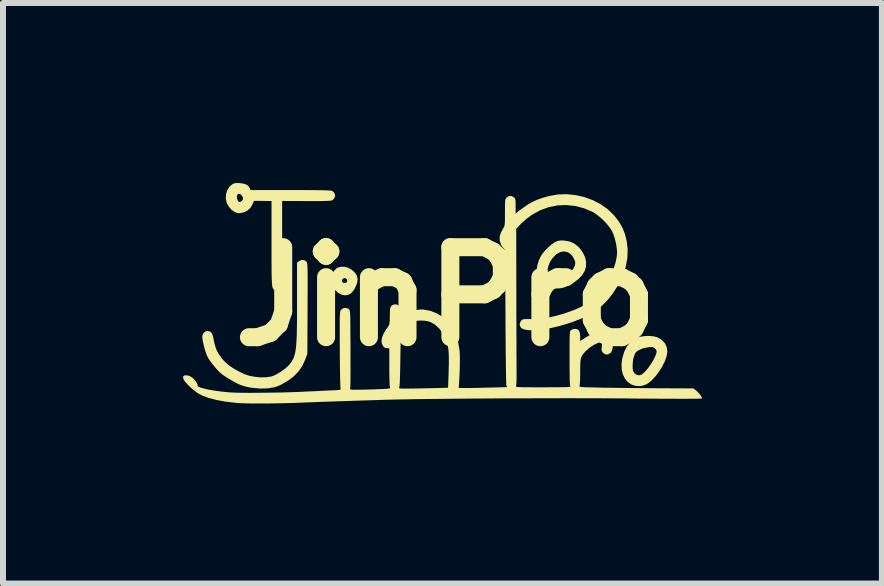
<source format=kicad_pcb>
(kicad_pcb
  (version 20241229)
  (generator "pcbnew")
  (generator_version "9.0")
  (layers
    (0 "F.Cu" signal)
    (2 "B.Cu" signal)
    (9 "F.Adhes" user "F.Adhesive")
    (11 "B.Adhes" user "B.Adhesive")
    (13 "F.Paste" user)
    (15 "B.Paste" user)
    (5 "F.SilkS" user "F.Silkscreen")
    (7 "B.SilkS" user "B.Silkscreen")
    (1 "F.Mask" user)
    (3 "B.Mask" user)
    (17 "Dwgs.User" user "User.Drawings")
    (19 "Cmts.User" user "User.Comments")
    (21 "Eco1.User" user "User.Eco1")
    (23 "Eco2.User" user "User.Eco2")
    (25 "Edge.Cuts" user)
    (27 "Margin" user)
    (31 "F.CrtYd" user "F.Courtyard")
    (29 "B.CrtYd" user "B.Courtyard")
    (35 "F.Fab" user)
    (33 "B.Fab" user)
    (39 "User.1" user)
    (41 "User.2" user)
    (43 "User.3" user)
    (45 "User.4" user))
  (footprint "JinPro"
    (layer "F.Cu")
    (at 4.384 1.891)
    (property "Reference" "JinPro" (at 0 0 0) (layer "F.SilkS") (effects (font (size 1.5 1.5) (thickness 0.3))))
    (attr board_only exclude_from_pos_files exclude_from_bom)
    (fp_poly (pts (xy -1.696 -0.495) (xy -1.637 -0.481) (xy -1.584 -0.454) (xy -1.582 -0.453) (xy -1.524 -0.402) (xy -1.488 -0.35) (xy -1.475 -0.293) (xy -1.482 -0.23) (xy -1.49 -0.203) (xy -1.526 -0.124) (xy -1.569 -0.067) (xy -1.619 -0.032) (xy -1.675 -0.019) (xy -1.738 -0.028) (xy -1.743 -0.03) (xy -1.794 -0.057) (xy -1.842 -0.099) (xy -1.879 -0.147) (xy -1.884 -0.159) (xy -1.908 -0.231) (xy -1.91 -0.261) (xy -1.735 -0.261) (xy -1.733 -0.249) (xy -1.717 -0.229) (xy -1.691 -0.225) (xy -1.662 -0.231) (xy -1.649 -0.249) (xy -1.649 -0.276) (xy -1.656 -0.29) (xy -1.681 -0.306) (xy -1.707 -0.304) (xy -1.727 -0.287) (xy -1.735 -0.261) (xy -1.91 -0.261) (xy -1.913 -0.303) (xy -1.899 -0.37) (xy -1.868 -0.427) (xy -1.822 -0.471) (xy -1.804 -0.481) (xy -1.755 -0.495)) (stroke (width 0) (type solid)) (fill yes) (layer "F.SilkS"))
    (fp_poly (pts (xy 1.967 -0.932) (xy 2.054 -0.918) (xy 2.128 -0.887) (xy 2.195 -0.837) (xy 2.219 -0.813) (xy 2.277 -0.736) (xy 2.316 -0.655) (xy 2.334 -0.572) (xy 2.33 -0.49) (xy 2.309 -0.422) (xy 2.268 -0.357) (xy 2.208 -0.293) (xy 2.133 -0.235) (xy 2.048 -0.187) (xy 1.997 -0.163) (xy 1.957 -0.148) (xy 1.92 -0.139) (xy 1.877 -0.135) (xy 1.845 -0.134) (xy 1.793 -0.134) (xy 1.745 -0.137) (xy 1.711 -0.143) (xy 1.705 -0.144) (xy 1.662 -0.167) (xy 1.615 -0.203) (xy 1.572 -0.247) (xy 1.539 -0.292) (xy 1.535 -0.3) (xy 1.515 -0.363) (xy 1.511 -0.438) (xy 1.512 -0.452) (xy 1.693 -0.452) (xy 1.695 -0.398) (xy 1.709 -0.361) (xy 1.734 -0.332) (xy 1.766 -0.316) (xy 1.809 -0.311) (xy 1.847 -0.312) (xy 1.921 -0.327) (xy 1.984 -0.354) (xy 2.057 -0.401) (xy 2.111 -0.451) (xy 2.143 -0.503) (xy 2.153 -0.557) (xy 2.146 -0.595) (xy 2.113 -0.663) (xy 2.069 -0.713) (xy 2.017 -0.742) (xy 1.959 -0.751) (xy 1.899 -0.739) (xy 1.838 -0.704) (xy 1.823 -0.691) (xy 1.773 -0.637) (xy 1.733 -0.576) (xy 1.706 -0.513) (xy 1.693 -0.452) (xy 1.512 -0.452) (xy 1.521 -0.52) (xy 1.547 -0.605) (xy 1.57 -0.656) (xy 1.603 -0.708) (xy 1.649 -0.765) (xy 1.703 -0.82) (xy 1.758 -0.868) (xy 1.809 -0.902) (xy 1.818 -0.906) (xy 1.855 -0.923) (xy 1.888 -0.931) (xy 1.925 -0.934)) (stroke (width 0) (type solid)) (fill yes) (layer "F.SilkS"))
    (fp_poly (pts (xy 3.455 0.663) (xy 3.515 0.678) (xy 3.524 0.682) (xy 3.594 0.724) (xy 3.646 0.778) (xy 3.677 0.843) (xy 3.687 0.916) (xy 3.686 0.937) (xy 3.671 1.009) (xy 3.642 1.088) (xy 3.6 1.17) (xy 3.549 1.252) (xy 3.492 1.327) (xy 3.433 1.392) (xy 3.373 1.442) (xy 3.328 1.468) (xy 3.267 1.489) (xy 3.209 1.494) (xy 3.163 1.49) (xy 3.09 1.468) (xy 3.029 1.427) (xy 2.981 1.369) (xy 2.946 1.298) (xy 2.927 1.215) (xy 2.925 1.15) (xy 3.108 1.15) (xy 3.11 1.202) (xy 3.116 1.241) (xy 3.12 1.251) (xy 3.149 1.29) (xy 3.185 1.309) (xy 3.214 1.313) (xy 3.237 1.31) (xy 3.259 1.302) (xy 3.283 1.283) (xy 3.316 1.251) (xy 3.329 1.238) (xy 3.371 1.188) (xy 3.413 1.127) (xy 3.452 1.063) (xy 3.483 1.002) (xy 3.503 0.95) (xy 3.506 0.937) (xy 3.508 0.907) (xy 3.496 0.883) (xy 3.483 0.869) (xy 3.465 0.853) (xy 3.446 0.844) (xy 3.419 0.842) (xy 3.376 0.845) (xy 3.287 0.862) (xy 3.229 0.886) (xy 3.19 0.907) (xy 3.166 0.927) (xy 3.15 0.951) (xy 3.135 0.987) (xy 3.121 1.035) (xy 3.112 1.092) (xy 3.108 1.15) (xy 2.925 1.15) (xy 2.924 1.122) (xy 2.937 1.027) (xy 2.969 0.92) (xy 3.011 0.833) (xy 3.067 0.764) (xy 3.136 0.711) (xy 3.176 0.69) (xy 3.235 0.671) (xy 3.307 0.66) (xy 3.383 0.657)) (stroke (width 0) (type solid)) (fill yes) (layer "F.SilkS"))
    (fp_poly (pts (xy -3.444 -1.89) (xy -3.375 -1.881) (xy -3.325 -1.864) (xy -3.292 -1.838) (xy -3.276 -1.812) (xy -3.259 -1.774) (xy -2.594 -1.774) (xy -2.434 -1.774) (xy -2.296 -1.773) (xy -2.181 -1.772) (xy -2.086 -1.771) (xy -2.012 -1.769) (xy -1.957 -1.767) (xy -1.92 -1.764) (xy -1.901 -1.761) (xy -1.899 -1.76) (xy -1.868 -1.735) (xy -1.851 -1.699) (xy -1.852 -1.66) (xy -1.858 -1.645) (xy -1.88 -1.618) (xy -1.901 -1.601) (xy -1.92 -1.597) (xy -1.959 -1.594) (xy -2.018 -1.592) (xy -2.099 -1.59) (xy -2.202 -1.59) (xy -2.328 -1.59) (xy -2.33 -1.59) (xy -2.732 -1.592) (xy -2.732 -0.87) (xy -2.732 -0.715) (xy -2.733 -0.581) (xy -2.733 -0.468) (xy -2.734 -0.375) (xy -2.735 -0.298) (xy -2.737 -0.238) (xy -2.739 -0.193) (xy -2.741 -0.161) (xy -2.744 -0.14) (xy -2.747 -0.129) (xy -2.747 -0.128) (xy -2.776 -0.107) (xy -2.815 -0.1) (xy -2.846 -0.106) (xy -2.858 -0.111) (xy -2.869 -0.117) (xy -2.879 -0.125) (xy -2.886 -0.136) (xy -2.893 -0.153) (xy -2.898 -0.178) (xy -2.901 -0.212) (xy -2.904 -0.256) (xy -2.906 -0.314) (xy -2.908 -0.385) (xy -2.908 -0.474) (xy -2.909 -0.58) (xy -2.909 -0.706) (xy -2.909 -0.853) (xy -2.909 -0.881) (xy -2.909 -1.591) (xy -3.056 -1.593) (xy -3.202 -1.594) (xy -3.222 -1.543) (xy -3.257 -1.482) (xy -3.308 -1.433) (xy -3.369 -1.402) (xy -3.437 -1.389) (xy -3.478 -1.391) (xy -3.525 -1.409) (xy -3.573 -1.443) (xy -3.615 -1.49) (xy -3.648 -1.543) (xy -3.656 -1.562) (xy -3.671 -1.633) (xy -3.669 -1.672) (xy -3.487 -1.672) (xy -3.485 -1.634) (xy -3.476 -1.607) (xy -3.457 -1.579) (xy -3.432 -1.575) (xy -3.404 -1.592) (xy -3.385 -1.62) (xy -3.387 -1.652) (xy -3.407 -1.684) (xy -3.434 -1.708) (xy -3.459 -1.712) (xy -3.477 -1.699) (xy -3.487 -1.672) (xy -3.669 -1.672) (xy -3.667 -1.705) (xy -3.646 -1.772) (xy -3.611 -1.829) (xy -3.571 -1.864) (xy -3.543 -1.881) (xy -3.516 -1.889) (xy -3.483 -1.891)) (stroke (width 0) (type solid)) (fill yes) (layer "F.SilkS"))
    (fp_poly (pts (xy -2.372 -0.608) (xy -2.334 -0.586) (xy -2.326 -0.577) (xy -2.322 -0.571) (xy -2.318 -0.562) (xy -2.315 -0.549) (xy -2.313 -0.53) (xy -2.311 -0.503) (xy -2.309 -0.467) (xy -2.308 -0.419) (xy -2.307 -0.358) (xy -2.307 -0.282) (xy -2.307 -0.19) (xy -2.307 -0.079) (xy -2.308 0.052) (xy -2.308 0.2) (xy -2.312 0.952) (xy -2.345 1.045) (xy -2.392 1.151) (xy -2.457 1.246) (xy -2.539 1.331) (xy -2.642 1.408) (xy -2.761 1.476) (xy -2.854 1.511) (xy -2.964 1.53) (xy -3.087 1.535) (xy -3.221 1.523) (xy -3.246 1.52) (xy -3.313 1.508) (xy -3.374 1.492) (xy -3.432 1.472) (xy -3.493 1.444) (xy -3.561 1.407) (xy -3.641 1.358) (xy -3.681 1.333) (xy -3.73 1.299) (xy -3.773 1.263) (xy -3.816 1.219) (xy -3.866 1.16) (xy -3.871 1.154) (xy -3.924 1.087) (xy -3.963 1.028) (xy -3.992 0.969) (xy -4.015 0.902) (xy -4.037 0.822) (xy -4.052 0.753) (xy -4.061 0.702) (xy -4.063 0.665) (xy -4.058 0.638) (xy -4.047 0.616) (xy -4.041 0.608) (xy -4.008 0.582) (xy -3.974 0.575) (xy -3.935 0.583) (xy -3.907 0.609) (xy -3.887 0.654) (xy -3.878 0.694) (xy -3.862 0.775) (xy -3.841 0.849) (xy -3.816 0.911) (xy -3.79 0.958) (xy -3.783 0.967) (xy -3.762 0.993) (xy -3.75 1.011) (xy -3.749 1.014) (xy -3.741 1.026) (xy -3.721 1.051) (xy -3.692 1.082) (xy -3.686 1.088) (xy -3.629 1.139) (xy -3.556 1.191) (xy -3.47 1.241) (xy -3.379 1.286) (xy -3.358 1.295) (xy -3.276 1.322) (xy -3.183 1.339) (xy -3.087 1.348) (xy -2.996 1.346) (xy -2.916 1.334) (xy -2.903 1.331) (xy -2.854 1.311) (xy -2.795 1.279) (xy -2.734 1.241) (xy -2.678 1.199) (xy -2.634 1.16) (xy -2.623 1.148) (xy -2.597 1.116) (xy -2.574 1.085) (xy -2.555 1.053) (xy -2.538 1.017) (xy -2.525 0.976) (xy -2.513 0.928) (xy -2.504 0.871) (xy -2.497 0.803) (xy -2.492 0.723) (xy -2.488 0.629) (xy -2.486 0.518) (xy -2.484 0.39) (xy -2.484 0.241) (xy -2.484 0.074) (xy -2.484 -0.562) (xy -2.452 -0.589) (xy -2.413 -0.609)) (stroke (width 0) (type solid)) (fill yes) (layer "F.SilkS"))
    (fp_poly (pts (xy 2.159 -1.69) (xy 2.304 -1.657) (xy 2.444 -1.606) (xy 2.574 -1.539) (xy 2.691 -1.457) (xy 2.793 -1.359) (xy 2.804 -1.346) (xy 2.879 -1.249) (xy 2.936 -1.152) (xy 2.978 -1.049) (xy 3.008 -0.932) (xy 3.009 -0.931) (xy 3.026 -0.786) (xy 3.021 -0.639) (xy 2.993 -0.49) (xy 2.942 -0.341) (xy 2.868 -0.191) (xy 2.783 -0.057) (xy 2.697 0.053) (xy 2.604 0.149) (xy 2.499 0.233) (xy 2.382 0.306) (xy 2.248 0.371) (xy 2.094 0.43) (xy 2.02 0.454) (xy 1.889 0.492) (xy 1.764 0.522) (xy 1.647 0.544) (xy 1.54 0.558) (xy 1.445 0.564) (xy 1.365 0.561) (xy 1.302 0.549) (xy 1.258 0.529) (xy 1.249 0.521) (xy 1.23 0.487) (xy 1.228 0.45) (xy 1.242 0.414) (xy 1.268 0.387) (xy 1.304 0.376) (xy 1.309 0.376) (xy 1.446 0.377) (xy 1.571 0.37) (xy 1.692 0.353) (xy 1.815 0.327) (xy 1.949 0.289) (xy 1.991 0.276) (xy 2.134 0.225) (xy 2.258 0.17) (xy 2.365 0.108) (xy 2.459 0.037) (xy 2.544 -0.046) (xy 2.623 -0.143) (xy 2.641 -0.167) (xy 2.699 -0.259) (xy 2.75 -0.36) (xy 2.793 -0.465) (xy 2.825 -0.568) (xy 2.844 -0.664) (xy 2.85 -0.733) (xy 2.844 -0.806) (xy 2.831 -0.888) (xy 2.81 -0.971) (xy 2.785 -1.046) (xy 2.765 -1.09) (xy 2.725 -1.152) (xy 2.67 -1.22) (xy 2.605 -1.286) (xy 2.536 -1.346) (xy 2.47 -1.393) (xy 2.442 -1.409) (xy 2.299 -1.47) (xy 2.152 -1.508) (xy 2.004 -1.524) (xy 1.856 -1.518) (xy 1.711 -1.489) (xy 1.571 -1.438) (xy 1.437 -1.365) (xy 1.421 -1.354) (xy 1.338 -1.292) (xy 1.257 -1.22) (xy 1.196 -1.157) (xy 1.169 -1.126) (xy 1.171 -0.045) (xy 1.171 0.118) (xy 1.171 0.279) (xy 1.172 0.435) (xy 1.172 0.585) (xy 1.173 0.725) (xy 1.173 0.854) (xy 1.173 0.97) (xy 1.174 1.071) (xy 1.174 1.154) (xy 1.174 1.217) (xy 1.175 1.253) (xy 1.175 1.324) (xy 1.174 1.388) (xy 1.172 1.44) (xy 1.169 1.476) (xy 1.166 1.493) (xy 1.165 1.498) (xy 1.168 1.502) (xy 1.177 1.506) (xy 1.194 1.508) (xy 1.222 1.51) (xy 1.262 1.512) (xy 1.317 1.513) (xy 1.389 1.513) (xy 1.48 1.514) (xy 1.591 1.514) (xy 1.621 1.514) (xy 1.743 1.513) (xy 1.842 1.513) (xy 1.922 1.512) (xy 1.982 1.511) (xy 2.026 1.509) (xy 2.055 1.507) (xy 2.069 1.504) (xy 2.072 1.5) (xy 2.072 1.499) (xy 2.068 1.489) (xy 2.065 1.465) (xy 2.062 1.426) (xy 2.06 1.37) (xy 2.059 1.295) (xy 2.058 1.201) (xy 2.058 1.086) (xy 2.058 1.034) (xy 2.058 0.919) (xy 2.058 0.825) (xy 2.058 0.75) (xy 2.059 0.692) (xy 2.06 0.648) (xy 2.062 0.617) (xy 2.065 0.595) (xy 2.069 0.58) (xy 2.073 0.57) (xy 2.079 0.564) (xy 2.082 0.561) (xy 2.113 0.545) (xy 2.148 0.539) (xy 2.188 0.546) (xy 2.215 0.569) (xy 2.23 0.609) (xy 2.235 0.668) (xy 2.235 0.743) (xy 2.321 0.687) (xy 2.415 0.631) (xy 2.502 0.593) (xy 2.58 0.572) (xy 2.648 0.569) (xy 2.704 0.582) (xy 2.747 0.614) (xy 2.775 0.66) (xy 2.785 0.689) (xy 2.789 0.717) (xy 2.788 0.752) (xy 2.783 0.801) (xy 2.781 0.814) (xy 2.773 0.867) (xy 2.765 0.901) (xy 2.754 0.924) (xy 2.739 0.942) (xy 2.737 0.943) (xy 2.697 0.966) (xy 2.657 0.965) (xy 2.619 0.941) (xy 2.618 0.94) (xy 2.603 0.923) (xy 2.594 0.905) (xy 2.592 0.881) (xy 2.595 0.842) (xy 2.596 0.827) (xy 2.605 0.744) (xy 2.542 0.769) (xy 2.464 0.806) (xy 2.391 0.854) (xy 2.328 0.908) (xy 2.279 0.965) (xy 2.252 1.012) (xy 2.245 1.036) (xy 2.24 1.074) (xy 2.237 1.128) (xy 2.235 1.202) (xy 2.235 1.26) (xy 2.234 1.329) (xy 2.233 1.391) (xy 2.23 1.441) (xy 2.227 1.476) (xy 2.223 1.489) (xy 2.221 1.496) (xy 2.223 1.501) (xy 2.232 1.505) (xy 2.251 1.508) (xy 2.282 1.51) (xy 2.326 1.513) (xy 2.388 1.514) (xy 2.469 1.516) (xy 2.546 1.518) (xy 2.626 1.52) (xy 2.727 1.521) (xy 2.843 1.523) (xy 2.97 1.524) (xy 3.105 1.526) (xy 3.243 1.527) (xy 3.381 1.528) (xy 3.5 1.529) (xy 4.121 1.532) (xy 4.164 1.564) (xy 4.195 1.592) (xy 4.224 1.625) (xy 4.248 1.657) (xy 4.262 1.684) (xy 4.263 1.7) (xy 4.262 1.701) (xy 4.249 1.702) (xy 4.214 1.703) (xy 4.158 1.704) (xy 4.083 1.704) (xy 3.991 1.705) (xy 3.883 1.705) (xy 3.761 1.704) (xy 3.626 1.704) (xy 3.481 1.703) (xy 3.325 1.702) (xy 3.161 1.701) (xy 3.009 1.699) (xy 2.841 1.698) (xy 2.658 1.697) (xy 2.463 1.696) (xy 2.257 1.696) (xy 2.042 1.695) (xy 1.82 1.696) (xy 1.594 1.696) (xy 1.365 1.697) (xy 1.134 1.697) (xy 0.905 1.698) (xy 0.678 1.7) (xy 0.456 1.701) (xy 0.241 1.703) (xy 0.034 1.705) (xy -0.163 1.707) (xy -0.347 1.709) (xy -0.517 1.711) (xy -0.671 1.714) (xy -0.806 1.716) (xy -0.922 1.719) (xy -1.011 1.721) (xy -1.061 1.723) (xy -1.131 1.725) (xy -1.216 1.728) (xy -1.311 1.731) (xy -1.413 1.734) (xy -1.517 1.737) (xy -1.567 1.739) (xy -1.685 1.743) (xy -1.82 1.747) (xy -1.964 1.752) (xy -2.108 1.757) (xy -2.247 1.763) (xy -2.372 1.767) (xy -2.389 1.768) (xy -2.539 1.774) (xy -2.69 1.778) (xy -2.838 1.781) (xy -2.981 1.783) (xy -3.114 1.783) (xy -3.237 1.783) (xy -3.344 1.781) (xy -3.434 1.777) (xy -3.503 1.773) (xy -3.506 1.772) (xy -3.678 1.752) (xy -3.829 1.724) (xy -3.958 1.69) (xy -4.069 1.648) (xy -4.117 1.624) (xy -4.16 1.596) (xy -4.209 1.558) (xy -4.26 1.513) (xy -4.307 1.467) (xy -4.345 1.425) (xy -4.369 1.392) (xy -4.384 1.353) (xy -4.38 1.328) (xy -4.357 1.315) (xy -4.33 1.313) (xy -4.281 1.322) (xy -4.237 1.347) (xy -4.202 1.377) (xy -4.172 1.413) (xy -4.15 1.447) (xy -4.141 1.475) (xy -4.143 1.483) (xy -4.136 1.497) (xy -4.109 1.512) (xy -4.062 1.527) (xy -4 1.543) (xy -3.924 1.558) (xy -3.837 1.572) (xy -3.741 1.585) (xy -3.638 1.595) (xy -3.613 1.598) (xy -3.554 1.601) (xy -3.475 1.604) (xy -3.379 1.605) (xy -3.268 1.606) (xy -3.147 1.605) (xy -3.019 1.604) (xy -2.886 1.602) (xy -2.752 1.6) (xy -2.621 1.596) (xy -2.495 1.592) (xy -2.377 1.587) (xy -2.347 1.585) (xy -2.259 1.581) (xy -2.162 1.577) (xy -2.065 1.572) (xy -1.978 1.568) (xy -1.936 1.566) (xy -1.865 1.563) (xy -1.815 1.56) (xy -1.783 1.557) (xy -1.764 1.553) (xy -1.757 1.547) (xy -1.758 1.54) (xy -1.758 1.539) (xy -1.76 1.524) (xy -1.762 1.487) (xy -1.764 1.431) (xy -1.766 1.359) (xy -1.767 1.271) (xy -1.769 1.172) (xy -1.77 1.062) (xy -1.771 0.944) (xy -1.771 0.886) (xy -1.772 0.747) (xy -1.772 0.63) (xy -1.772 0.533) (xy -1.772 0.454) (xy -1.772 0.391) (xy -1.771 0.341) (xy -1.769 0.303) (xy -1.767 0.276) (xy -1.765 0.256) (xy -1.762 0.242) (xy -1.757 0.232) (xy -1.752 0.225) (xy -1.749 0.221) (xy -1.716 0.196) (xy -1.676 0.189) (xy -1.636 0.2) (xy -1.62 0.213) (xy -1.613 0.221) (xy -1.607 0.232) (xy -1.603 0.249) (xy -1.6 0.274) (xy -1.598 0.31) (xy -1.596 0.361) (xy -1.596 0.429) (xy -1.595 0.517) (xy -1.595 0.535) (xy -1.594 0.715) (xy -1.593 0.872) (xy -1.593 1.009) (xy -1.593 1.126) (xy -1.592 1.225) (xy -1.593 1.307) (xy -1.593 1.375) (xy -1.594 1.428) (xy -1.594 1.47) (xy -1.596 1.5) (xy -1.597 1.52) (xy -1.598 1.533) (xy -1.6 1.538) (xy -1.601 1.545) (xy -1.595 1.549) (xy -1.578 1.552) (xy -1.549 1.554) (xy -1.502 1.554) (xy -1.437 1.553) (xy -1.399 1.553) (xy -1.318 1.551) (xy -1.234 1.549) (xy -1.153 1.546) (xy -1.085 1.543) (xy -1.056 1.542) (xy -0.998 1.539) (xy -0.961 1.535) (xy -0.94 1.531) (xy -0.933 1.527) (xy -0.784 1.527) (xy -0.779 1.53) (xy -0.764 1.533) (xy -0.738 1.535) (xy -0.699 1.535) (xy -0.645 1.535) (xy -0.573 1.534) (xy -0.481 1.533) (xy -0.384 1.531) (xy -0.287 1.529) (xy -0.199 1.527) (xy -0.121 1.525) (xy -0.056 1.523) (xy -0.007 1.522) (xy 0.023 1.521) (xy 0.033 1.52) (xy 0.034 1.508) (xy 0.035 1.475) (xy 0.037 1.426) (xy 0.039 1.362) (xy 0.042 1.288) (xy 0.043 1.229) (xy 0.046 1.117) (xy 0.046 1.025) (xy 0.044 0.95) (xy 0.039 0.887) (xy 0.031 0.833) (xy 0.02 0.784) (xy 0.005 0.736) (xy -0.013 0.69) (xy -0.058 0.606) (xy -0.116 0.532) (xy -0.183 0.471) (xy -0.256 0.428) (xy -0.298 0.413) (xy -0.36 0.403) (xy -0.432 0.401) (xy -0.502 0.406) (xy -0.561 0.42) (xy -0.562 0.42) (xy -0.6 0.436) (xy -0.643 0.458) (xy -0.685 0.484) (xy -0.721 0.508) (xy -0.745 0.528) (xy -0.751 0.537) (xy -0.752 0.551) (xy -0.754 0.587) (xy -0.755 0.64) (xy -0.757 0.71) (xy -0.758 0.793) (xy -0.76 0.887) (xy -0.761 0.989) (xy -0.762 1.028) (xy -0.764 1.158) (xy -0.766 1.266) (xy -0.769 1.353) (xy -0.771 1.421) (xy -0.774 1.471) (xy -0.778 1.503) (xy -0.781 1.52) (xy -0.783 1.522) (xy -0.784 1.527) (xy -0.933 1.527) (xy -0.931 1.526) (xy -0.932 1.518) (xy -0.934 1.513) (xy -0.938 1.495) (xy -0.941 1.456) (xy -0.943 1.399) (xy -0.945 1.327) (xy -0.946 1.241) (xy -0.946 1.177) (xy -0.946 0.863) (xy -0.975 0.863) (xy -1.015 0.858) (xy -1.042 0.838) (xy -1.064 0.801) (xy -1.077 0.749) (xy -1.069 0.688) (xy -1.042 0.62) (xy -0.994 0.541) (xy -0.971 0.509) (xy -0.956 0.488) (xy -0.947 0.466) (xy -0.942 0.437) (xy -0.939 0.395) (xy -0.938 0.356) (xy -0.937 0.302) (xy -0.936 0.255) (xy -0.936 0.22) (xy -0.935 0.21) (xy -0.923 0.17) (xy -0.894 0.142) (xy -0.852 0.13) (xy -0.846 0.13) (xy -0.804 0.14) (xy -0.775 0.169) (xy -0.759 0.216) (xy -0.757 0.25) (xy -0.756 0.283) (xy -0.753 0.304) (xy -0.75 0.307) (xy -0.737 0.303) (xy -0.71 0.29) (xy -0.696 0.283) (xy -0.612 0.249) (xy -0.519 0.227) (xy -0.426 0.217) (xy -0.38 0.218) (xy -0.262 0.239) (xy -0.154 0.28) (xy -0.057 0.341) (xy 0.028 0.42) (xy 0.1 0.516) (xy 0.157 0.628) (xy 0.199 0.754) (xy 0.224 0.893) (xy 0.228 0.958) (xy 0.23 1.042) (xy 0.229 1.143) (xy 0.226 1.257) (xy 0.22 1.38) (xy 0.218 1.41) (xy 0.21 1.525) (xy 0.346 1.525) (xy 0.399 1.525) (xy 0.471 1.524) (xy 0.554 1.522) (xy 0.642 1.52) (xy 0.731 1.518) (xy 0.748 1.518) (xy 1.014 1.51) (xy 1.005 1.479) (xy 1.003 1.463) (xy 1.002 1.425) (xy 1 1.367) (xy 0.999 1.29) (xy 0.997 1.196) (xy 0.996 1.087) (xy 0.994 0.965) (xy 0.993 0.831) (xy 0.992 0.686) (xy 0.991 0.533) (xy 0.99 0.374) (xy 0.99 0.333) (xy 0.989 0.144) (xy 0.988 -0.022) (xy 0.987 -0.167) (xy 0.987 -0.293) (xy 0.986 -0.4) (xy 0.985 -0.491) (xy 0.984 -0.567) (xy 0.982 -0.629) (xy 0.981 -0.679) (xy 0.979 -0.717) (xy 0.977 -0.746) (xy 0.975 -0.767) (xy 0.973 -0.781) (xy 0.97 -0.789) (xy 0.967 -0.793) (xy 0.965 -0.794) (xy 0.949 -0.811) (xy 0.929 -0.841) (xy 0.915 -0.866) (xy 0.893 -0.931) (xy 0.893 -0.999) (xy 0.916 -1.072) (xy 0.96 -1.149) (xy 0.968 -1.162) (xy 0.973 -1.18) (xy 0.977 -1.205) (xy 0.98 -1.242) (xy 0.981 -1.293) (xy 0.981 -1.363) (xy 0.981 -1.401) (xy 0.982 -1.478) (xy 0.982 -1.535) (xy 0.983 -1.576) (xy 0.986 -1.604) (xy 0.991 -1.622) (xy 0.997 -1.635) (xy 1.006 -1.646) (xy 1.01 -1.65) (xy 1.048 -1.675) (xy 1.088 -1.675) (xy 1.128 -1.655) (xy 1.142 -1.642) (xy 1.151 -1.629) (xy 1.156 -1.609) (xy 1.158 -1.578) (xy 1.159 -1.53) (xy 1.159 -1.508) (xy 1.159 -1.385) (xy 1.26 -1.461) (xy 1.346 -1.522) (xy 1.428 -1.571) (xy 1.513 -1.61) (xy 1.608 -1.644) (xy 1.717 -1.674) (xy 1.862 -1.7) (xy 2.01 -1.705)) (stroke (width 0) (type solid)) (fill yes) (layer "F.SilkS")))
  (gr_rect
    (start -3 -3)
    (end 11.647 6.675)
    (stroke (width 0.1) (type default))
    (fill no)
    (layer "Edge.Cuts")))
</source>
